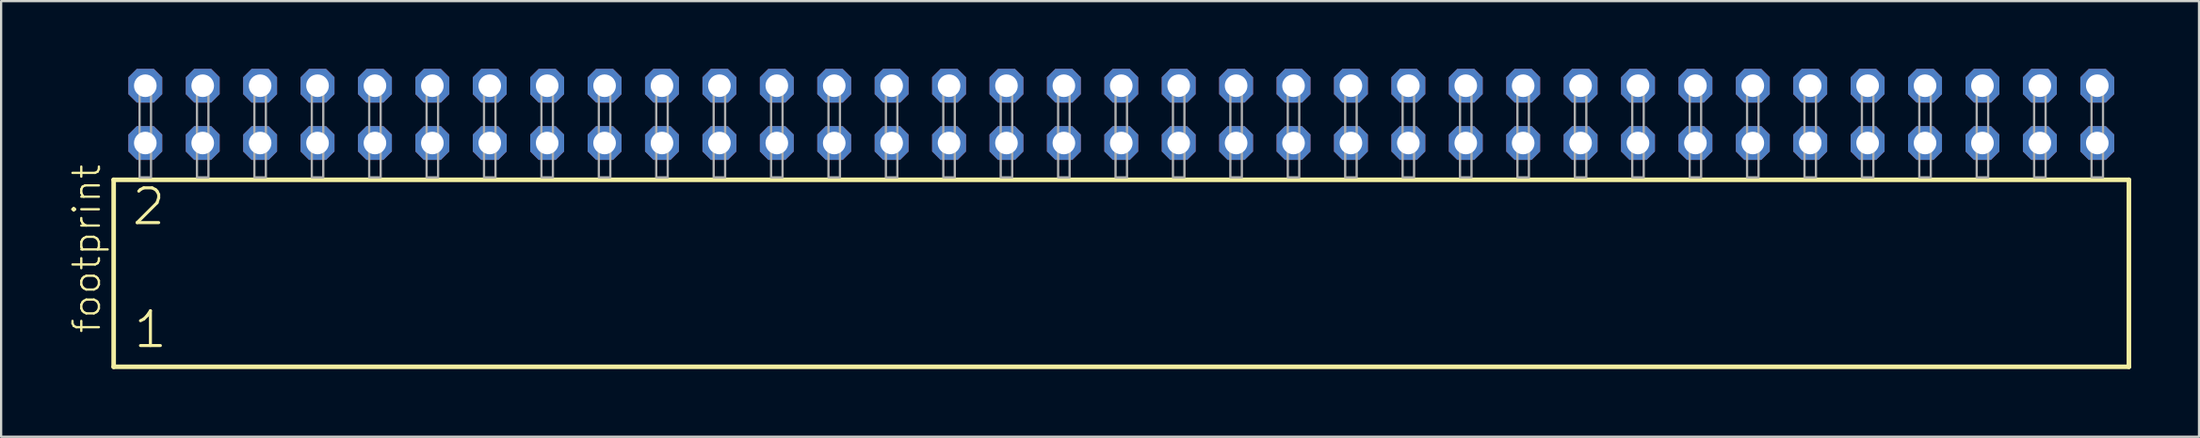
<source format=kicad_pcb>
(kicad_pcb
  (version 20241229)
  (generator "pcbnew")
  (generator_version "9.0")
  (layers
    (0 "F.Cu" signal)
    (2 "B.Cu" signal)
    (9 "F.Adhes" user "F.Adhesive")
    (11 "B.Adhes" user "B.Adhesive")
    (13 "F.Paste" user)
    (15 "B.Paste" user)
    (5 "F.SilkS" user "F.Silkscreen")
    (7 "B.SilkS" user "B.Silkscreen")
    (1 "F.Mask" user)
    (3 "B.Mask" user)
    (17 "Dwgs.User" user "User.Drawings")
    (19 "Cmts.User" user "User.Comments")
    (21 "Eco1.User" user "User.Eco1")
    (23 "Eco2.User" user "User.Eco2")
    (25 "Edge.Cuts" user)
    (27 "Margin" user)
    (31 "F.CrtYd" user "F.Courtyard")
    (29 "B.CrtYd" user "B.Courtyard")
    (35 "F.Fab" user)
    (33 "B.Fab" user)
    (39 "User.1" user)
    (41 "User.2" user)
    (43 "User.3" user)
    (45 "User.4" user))
  (footprint "footprint"
    (layer "F.Cu")
    (at 46.558 4.814)
    (property "Reference" "footprint" (at -45.085 6.985 90) (layer "F.SilkS") (effects (font (size 1.168 1.168) (thickness 0.102)) (justify left bottom)))
    (fp_line (start -44.579 0.106) (end -44.579 8.396) (stroke (width 0.203) (type solid)) (layer "F.SilkS"))
    (fp_line (start -44.579 8.396) (end 44.579 8.396) (stroke (width 0.203) (type solid)) (layer "F.SilkS"))
    (fp_line (start 44.579 0.106) (end -44.579 0.106) (stroke (width 0.203) (type solid)) (layer "F.SilkS"))
    (fp_line (start 44.579 8.396) (end 44.579 0.106) (stroke (width 0.203) (type solid)) (layer "F.SilkS"))
    (fp_poly (pts (xy -43.434 0) (xy -42.926 0) (xy -42.926 -4.318) (xy -43.434 -4.318)) (stroke (width 0.1) (type solid)) (fill no) (layer "F.Fab"))
    (fp_poly (pts (xy -40.894 0) (xy -40.386 0) (xy -40.386 -4.318) (xy -40.894 -4.318)) (stroke (width 0.1) (type solid)) (fill no) (layer "F.Fab"))
    (fp_poly (pts (xy -38.354 0) (xy -37.846 0) (xy -37.846 -4.318) (xy -38.354 -4.318)) (stroke (width 0.1) (type solid)) (fill no) (layer "F.Fab"))
    (fp_poly (pts (xy -35.814 0) (xy -35.306 0) (xy -35.306 -4.318) (xy -35.814 -4.318)) (stroke (width 0.1) (type solid)) (fill no) (layer "F.Fab"))
    (fp_poly (pts (xy -33.274 0) (xy -32.766 0) (xy -32.766 -4.318) (xy -33.274 -4.318)) (stroke (width 0.1) (type solid)) (fill no) (layer "F.Fab"))
    (fp_poly (pts (xy -30.734 0) (xy -30.226 0) (xy -30.226 -4.318) (xy -30.734 -4.318)) (stroke (width 0.1) (type solid)) (fill no) (layer "F.Fab"))
    (fp_poly (pts (xy -28.194 0) (xy -27.686 0) (xy -27.686 -4.318) (xy -28.194 -4.318)) (stroke (width 0.1) (type solid)) (fill no) (layer "F.Fab"))
    (fp_poly (pts (xy -25.654 0) (xy -25.146 0) (xy -25.146 -4.318) (xy -25.654 -4.318)) (stroke (width 0.1) (type solid)) (fill no) (layer "F.Fab"))
    (fp_poly (pts (xy -23.114 0) (xy -22.606 0) (xy -22.606 -4.318) (xy -23.114 -4.318)) (stroke (width 0.1) (type solid)) (fill no) (layer "F.Fab"))
    (fp_poly (pts (xy -20.574 0) (xy -20.066 0) (xy -20.066 -4.318) (xy -20.574 -4.318)) (stroke (width 0.1) (type solid)) (fill no) (layer "F.Fab"))
    (fp_poly (pts (xy -18.034 0) (xy -17.526 0) (xy -17.526 -4.318) (xy -18.034 -4.318)) (stroke (width 0.1) (type solid)) (fill no) (layer "F.Fab"))
    (fp_poly (pts (xy -15.494 0) (xy -14.986 0) (xy -14.986 -4.318) (xy -15.494 -4.318)) (stroke (width 0.1) (type solid)) (fill no) (layer "F.Fab"))
    (fp_poly (pts (xy -12.954 0) (xy -12.446 0) (xy -12.446 -4.318) (xy -12.954 -4.318)) (stroke (width 0.1) (type solid)) (fill no) (layer "F.Fab"))
    (fp_poly (pts (xy -10.414 0) (xy -9.906 0) (xy -9.906 -4.318) (xy -10.414 -4.318)) (stroke (width 0.1) (type solid)) (fill no) (layer "F.Fab"))
    (fp_poly (pts (xy -7.874 0) (xy -7.366 0) (xy -7.366 -4.318) (xy -7.874 -4.318)) (stroke (width 0.1) (type solid)) (fill no) (layer "F.Fab"))
    (fp_poly (pts (xy -5.334 0) (xy -4.826 0) (xy -4.826 -4.318) (xy -5.334 -4.318)) (stroke (width 0.1) (type solid)) (fill no) (layer "F.Fab"))
    (fp_poly (pts (xy -2.794 0) (xy -2.286 0) (xy -2.286 -4.318) (xy -2.794 -4.318)) (stroke (width 0.1) (type solid)) (fill no) (layer "F.Fab"))
    (fp_poly (pts (xy -0.254 0) (xy 0.254 0) (xy 0.254 -4.318) (xy -0.254 -4.318)) (stroke (width 0.1) (type solid)) (fill no) (layer "F.Fab"))
    (fp_poly (pts (xy 2.286 0) (xy 2.794 0) (xy 2.794 -4.318) (xy 2.286 -4.318)) (stroke (width 0.1) (type solid)) (fill no) (layer "F.Fab"))
    (fp_poly (pts (xy 4.826 0) (xy 5.334 0) (xy 5.334 -4.318) (xy 4.826 -4.318)) (stroke (width 0.1) (type solid)) (fill no) (layer "F.Fab"))
    (fp_poly (pts (xy 7.366 0) (xy 7.874 0) (xy 7.874 -4.318) (xy 7.366 -4.318)) (stroke (width 0.1) (type solid)) (fill no) (layer "F.Fab"))
    (fp_poly (pts (xy 9.906 0) (xy 10.414 0) (xy 10.414 -4.318) (xy 9.906 -4.318)) (stroke (width 0.1) (type solid)) (fill no) (layer "F.Fab"))
    (fp_poly (pts (xy 12.446 0) (xy 12.954 0) (xy 12.954 -4.318) (xy 12.446 -4.318)) (stroke (width 0.1) (type solid)) (fill no) (layer "F.Fab"))
    (fp_poly (pts (xy 14.986 0) (xy 15.494 0) (xy 15.494 -4.318) (xy 14.986 -4.318)) (stroke (width 0.1) (type solid)) (fill no) (layer "F.Fab"))
    (fp_poly (pts (xy 17.526 0) (xy 18.034 0) (xy 18.034 -4.318) (xy 17.526 -4.318)) (stroke (width 0.1) (type solid)) (fill no) (layer "F.Fab"))
    (fp_poly (pts (xy 20.066 0) (xy 20.574 0) (xy 20.574 -4.318) (xy 20.066 -4.318)) (stroke (width 0.1) (type solid)) (fill no) (layer "F.Fab"))
    (fp_poly (pts (xy 22.606 0) (xy 23.114 0) (xy 23.114 -4.318) (xy 22.606 -4.318)) (stroke (width 0.1) (type solid)) (fill no) (layer "F.Fab"))
    (fp_poly (pts (xy 25.146 0) (xy 25.654 0) (xy 25.654 -4.318) (xy 25.146 -4.318)) (stroke (width 0.1) (type solid)) (fill no) (layer "F.Fab"))
    (fp_poly (pts (xy 27.686 0) (xy 28.194 0) (xy 28.194 -4.318) (xy 27.686 -4.318)) (stroke (width 0.1) (type solid)) (fill no) (layer "F.Fab"))
    (fp_poly (pts (xy 30.226 0) (xy 30.734 0) (xy 30.734 -4.318) (xy 30.226 -4.318)) (stroke (width 0.1) (type solid)) (fill no) (layer "F.Fab"))
    (fp_poly (pts (xy 32.766 0) (xy 33.274 0) (xy 33.274 -4.318) (xy 32.766 -4.318)) (stroke (width 0.1) (type solid)) (fill no) (layer "F.Fab"))
    (fp_poly (pts (xy 35.306 0) (xy 35.814 0) (xy 35.814 -4.318) (xy 35.306 -4.318)) (stroke (width 0.1) (type solid)) (fill no) (layer "F.Fab"))
    (fp_poly (pts (xy 37.846 0) (xy 38.354 0) (xy 38.354 -4.318) (xy 37.846 -4.318)) (stroke (width 0.1) (type solid)) (fill no) (layer "F.Fab"))
    (fp_poly (pts (xy 40.386 0) (xy 40.894 0) (xy 40.894 -4.318) (xy 40.386 -4.318)) (stroke (width 0.1) (type solid)) (fill no) (layer "F.Fab"))
    (fp_poly (pts (xy 42.926 0) (xy 43.434 0) (xy 43.434 -4.318) (xy 42.926 -4.318)) (stroke (width 0.1) (type solid)) (fill no) (layer "F.Fab"))
    (fp_text user "2" (at -43.85 2.2 0) (layer "F.SilkS") (effects (font (size 1.542 1.542) (thickness 0.134)) (justify left bottom)))
    (fp_text user "1" (at -43.775 7.65 0) (layer "F.SilkS") (effects (font (size 1.542 1.542) (thickness 0.134)) (justify left bottom)))
    (pad "1" thru_hole roundrect (at -43.18 -1.524) (size 1.5 1.5) (drill 1) (layers "*.Cu" "*.Mask") (roundrect_rratio 0.25) (chamfer_ratio 0.25) (chamfer top_left top_right bottom_left bottom_right))
    (pad "2" thru_hole roundrect (at -43.18 -4.064) (size 1.5 1.5) (drill 1) (layers "*.Cu" "*.Mask") (roundrect_rratio 0.25) (chamfer_ratio 0.25) (chamfer top_left top_right bottom_left bottom_right))
    (pad "3" thru_hole roundrect (at -40.64 -1.524) (size 1.5 1.5) (drill 1) (layers "*.Cu" "*.Mask") (roundrect_rratio 0.25) (chamfer_ratio 0.25) (chamfer top_left top_right bottom_left bottom_right))
    (pad "4" thru_hole roundrect (at -40.64 -4.064) (size 1.5 1.5) (drill 1) (layers "*.Cu" "*.Mask") (roundrect_rratio 0.25) (chamfer_ratio 0.25) (chamfer top_left top_right bottom_left bottom_right))
    (pad "5" thru_hole roundrect (at -38.1 -1.524) (size 1.5 1.5) (drill 1) (layers "*.Cu" "*.Mask") (roundrect_rratio 0.25) (chamfer_ratio 0.25) (chamfer top_left top_right bottom_left bottom_right))
    (pad "6" thru_hole roundrect (at -38.1 -4.064) (size 1.5 1.5) (drill 1) (layers "*.Cu" "*.Mask") (roundrect_rratio 0.25) (chamfer_ratio 0.25) (chamfer top_left top_right bottom_left bottom_right))
    (pad "7" thru_hole roundrect (at -35.56 -1.524) (size 1.5 1.5) (drill 1) (layers "*.Cu" "*.Mask") (roundrect_rratio 0.25) (chamfer_ratio 0.25) (chamfer top_left top_right bottom_left bottom_right))
    (pad "8" thru_hole roundrect (at -35.56 -4.064) (size 1.5 1.5) (drill 1) (layers "*.Cu" "*.Mask") (roundrect_rratio 0.25) (chamfer_ratio 0.25) (chamfer top_left top_right bottom_left bottom_right))
    (pad "9" thru_hole roundrect (at -33.02 -1.524) (size 1.5 1.5) (drill 1) (layers "*.Cu" "*.Mask") (roundrect_rratio 0.25) (chamfer_ratio 0.25) (chamfer top_left top_right bottom_left bottom_right))
    (pad "10" thru_hole roundrect (at -33.02 -4.064) (size 1.5 1.5) (drill 1) (layers "*.Cu" "*.Mask") (roundrect_rratio 0.25) (chamfer_ratio 0.25) (chamfer top_left top_right bottom_left bottom_right))
    (pad "11" thru_hole roundrect (at -30.48 -1.524) (size 1.5 1.5) (drill 1) (layers "*.Cu" "*.Mask") (roundrect_rratio 0.25) (chamfer_ratio 0.25) (chamfer top_left top_right bottom_left bottom_right))
    (pad "12" thru_hole roundrect (at -30.48 -4.064) (size 1.5 1.5) (drill 1) (layers "*.Cu" "*.Mask") (roundrect_rratio 0.25) (chamfer_ratio 0.25) (chamfer top_left top_right bottom_left bottom_right))
    (pad "13" thru_hole roundrect (at -27.94 -1.524) (size 1.5 1.5) (drill 1) (layers "*.Cu" "*.Mask") (roundrect_rratio 0.25) (chamfer_ratio 0.25) (chamfer top_left top_right bottom_left bottom_right))
    (pad "14" thru_hole roundrect (at -27.94 -4.064) (size 1.5 1.5) (drill 1) (layers "*.Cu" "*.Mask") (roundrect_rratio 0.25) (chamfer_ratio 0.25) (chamfer top_left top_right bottom_left bottom_right))
    (pad "15" thru_hole roundrect (at -25.4 -1.524) (size 1.5 1.5) (drill 1) (layers "*.Cu" "*.Mask") (roundrect_rratio 0.25) (chamfer_ratio 0.25) (chamfer top_left top_right bottom_left bottom_right))
    (pad "16" thru_hole roundrect (at -25.4 -4.064) (size 1.5 1.5) (drill 1) (layers "*.Cu" "*.Mask") (roundrect_rratio 0.25) (chamfer_ratio 0.25) (chamfer top_left top_right bottom_left bottom_right))
    (pad "17" thru_hole roundrect (at -22.86 -1.524) (size 1.5 1.5) (drill 1) (layers "*.Cu" "*.Mask") (roundrect_rratio 0.25) (chamfer_ratio 0.25) (chamfer top_left top_right bottom_left bottom_right))
    (pad "18" thru_hole roundrect (at -22.86 -4.064) (size 1.5 1.5) (drill 1) (layers "*.Cu" "*.Mask") (roundrect_rratio 0.25) (chamfer_ratio 0.25) (chamfer top_left top_right bottom_left bottom_right))
    (pad "19" thru_hole roundrect (at -20.32 -1.524) (size 1.5 1.5) (drill 1) (layers "*.Cu" "*.Mask") (roundrect_rratio 0.25) (chamfer_ratio 0.25) (chamfer top_left top_right bottom_left bottom_right))
    (pad "20" thru_hole roundrect (at -20.32 -4.064) (size 1.5 1.5) (drill 1) (layers "*.Cu" "*.Mask") (roundrect_rratio 0.25) (chamfer_ratio 0.25) (chamfer top_left top_right bottom_left bottom_right))
    (pad "21" thru_hole roundrect (at -17.78 -1.524) (size 1.5 1.5) (drill 1) (layers "*.Cu" "*.Mask") (roundrect_rratio 0.25) (chamfer_ratio 0.25) (chamfer top_left top_right bottom_left bottom_right))
    (pad "22" thru_hole roundrect (at -17.78 -4.064) (size 1.5 1.5) (drill 1) (layers "*.Cu" "*.Mask") (roundrect_rratio 0.25) (chamfer_ratio 0.25) (chamfer top_left top_right bottom_left bottom_right))
    (pad "23" thru_hole roundrect (at -15.24 -1.524) (size 1.5 1.5) (drill 1) (layers "*.Cu" "*.Mask") (roundrect_rratio 0.25) (chamfer_ratio 0.25) (chamfer top_left top_right bottom_left bottom_right))
    (pad "24" thru_hole roundrect (at -15.24 -4.064) (size 1.5 1.5) (drill 1) (layers "*.Cu" "*.Mask") (roundrect_rratio 0.25) (chamfer_ratio 0.25) (chamfer top_left top_right bottom_left bottom_right))
    (pad "25" thru_hole roundrect (at -12.7 -1.524) (size 1.5 1.5) (drill 1) (layers "*.Cu" "*.Mask") (roundrect_rratio 0.25) (chamfer_ratio 0.25) (chamfer top_left top_right bottom_left bottom_right))
    (pad "26" thru_hole roundrect (at -12.7 -4.064) (size 1.5 1.5) (drill 1) (layers "*.Cu" "*.Mask") (roundrect_rratio 0.25) (chamfer_ratio 0.25) (chamfer top_left top_right bottom_left bottom_right))
    (pad "27" thru_hole roundrect (at -10.16 -1.524) (size 1.5 1.5) (drill 1) (layers "*.Cu" "*.Mask") (roundrect_rratio 0.25) (chamfer_ratio 0.25) (chamfer top_left top_right bottom_left bottom_right))
    (pad "28" thru_hole roundrect (at -10.16 -4.064) (size 1.5 1.5) (drill 1) (layers "*.Cu" "*.Mask") (roundrect_rratio 0.25) (chamfer_ratio 0.25) (chamfer top_left top_right bottom_left bottom_right))
    (pad "29" thru_hole roundrect (at -7.62 -1.524) (size 1.5 1.5) (drill 1) (layers "*.Cu" "*.Mask") (roundrect_rratio 0.25) (chamfer_ratio 0.25) (chamfer top_left top_right bottom_left bottom_right))
    (pad "30" thru_hole roundrect (at -7.62 -4.064) (size 1.5 1.5) (drill 1) (layers "*.Cu" "*.Mask") (roundrect_rratio 0.25) (chamfer_ratio 0.25) (chamfer top_left top_right bottom_left bottom_right))
    (pad "31" thru_hole roundrect (at -5.08 -1.524) (size 1.5 1.5) (drill 1) (layers "*.Cu" "*.Mask") (roundrect_rratio 0.25) (chamfer_ratio 0.25) (chamfer top_left top_right bottom_left bottom_right))
    (pad "32" thru_hole roundrect (at -5.08 -4.064) (size 1.5 1.5) (drill 1) (layers "*.Cu" "*.Mask") (roundrect_rratio 0.25) (chamfer_ratio 0.25) (chamfer top_left top_right bottom_left bottom_right))
    (pad "33" thru_hole roundrect (at -2.54 -1.524) (size 1.5 1.5) (drill 1) (layers "*.Cu" "*.Mask") (roundrect_rratio 0.25) (chamfer_ratio 0.25) (chamfer top_left top_right bottom_left bottom_right))
    (pad "34" thru_hole roundrect (at -2.54 -4.064) (size 1.5 1.5) (drill 1) (layers "*.Cu" "*.Mask") (roundrect_rratio 0.25) (chamfer_ratio 0.25) (chamfer top_left top_right bottom_left bottom_right))
    (pad "35" thru_hole roundrect (at 0 -1.524) (size 1.5 1.5) (drill 1) (layers "*.Cu" "*.Mask") (roundrect_rratio 0.25) (chamfer_ratio 0.25) (chamfer top_left top_right bottom_left bottom_right))
    (pad "36" thru_hole roundrect (at 0 -4.064) (size 1.5 1.5) (drill 1) (layers "*.Cu" "*.Mask") (roundrect_rratio 0.25) (chamfer_ratio 0.25) (chamfer top_left top_right bottom_left bottom_right))
    (pad "37" thru_hole roundrect (at 2.54 -1.524) (size 1.5 1.5) (drill 1) (layers "*.Cu" "*.Mask") (roundrect_rratio 0.25) (chamfer_ratio 0.25) (chamfer top_left top_right bottom_left bottom_right))
    (pad "38" thru_hole roundrect (at 2.54 -4.064) (size 1.5 1.5) (drill 1) (layers "*.Cu" "*.Mask") (roundrect_rratio 0.25) (chamfer_ratio 0.25) (chamfer top_left top_right bottom_left bottom_right))
    (pad "39" thru_hole roundrect (at 5.08 -1.524) (size 1.5 1.5) (drill 1) (layers "*.Cu" "*.Mask") (roundrect_rratio 0.25) (chamfer_ratio 0.25) (chamfer top_left top_right bottom_left bottom_right))
    (pad "40" thru_hole roundrect (at 5.08 -4.064) (size 1.5 1.5) (drill 1) (layers "*.Cu" "*.Mask") (roundrect_rratio 0.25) (chamfer_ratio 0.25) (chamfer top_left top_right bottom_left bottom_right))
    (pad "41" thru_hole roundrect (at 7.62 -1.524) (size 1.5 1.5) (drill 1) (layers "*.Cu" "*.Mask") (roundrect_rratio 0.25) (chamfer_ratio 0.25) (chamfer top_left top_right bottom_left bottom_right))
    (pad "42" thru_hole roundrect (at 7.62 -4.064) (size 1.5 1.5) (drill 1) (layers "*.Cu" "*.Mask") (roundrect_rratio 0.25) (chamfer_ratio 0.25) (chamfer top_left top_right bottom_left bottom_right))
    (pad "43" thru_hole roundrect (at 10.16 -1.524) (size 1.5 1.5) (drill 1) (layers "*.Cu" "*.Mask") (roundrect_rratio 0.25) (chamfer_ratio 0.25) (chamfer top_left top_right bottom_left bottom_right))
    (pad "44" thru_hole roundrect (at 10.16 -4.064) (size 1.5 1.5) (drill 1) (layers "*.Cu" "*.Mask") (roundrect_rratio 0.25) (chamfer_ratio 0.25) (chamfer top_left top_right bottom_left bottom_right))
    (pad "45" thru_hole roundrect (at 12.7 -1.524) (size 1.5 1.5) (drill 1) (layers "*.Cu" "*.Mask") (roundrect_rratio 0.25) (chamfer_ratio 0.25) (chamfer top_left top_right bottom_left bottom_right))
    (pad "46" thru_hole roundrect (at 12.7 -4.064) (size 1.5 1.5) (drill 1) (layers "*.Cu" "*.Mask") (roundrect_rratio 0.25) (chamfer_ratio 0.25) (chamfer top_left top_right bottom_left bottom_right))
    (pad "47" thru_hole roundrect (at 15.24 -1.524) (size 1.5 1.5) (drill 1) (layers "*.Cu" "*.Mask") (roundrect_rratio 0.25) (chamfer_ratio 0.25) (chamfer top_left top_right bottom_left bottom_right))
    (pad "48" thru_hole roundrect (at 15.24 -4.064) (size 1.5 1.5) (drill 1) (layers "*.Cu" "*.Mask") (roundrect_rratio 0.25) (chamfer_ratio 0.25) (chamfer top_left top_right bottom_left bottom_right))
    (pad "49" thru_hole roundrect (at 17.78 -1.524) (size 1.5 1.5) (drill 1) (layers "*.Cu" "*.Mask") (roundrect_rratio 0.25) (chamfer_ratio 0.25) (chamfer top_left top_right bottom_left bottom_right))
    (pad "50" thru_hole roundrect (at 17.78 -4.064) (size 1.5 1.5) (drill 1) (layers "*.Cu" "*.Mask") (roundrect_rratio 0.25) (chamfer_ratio 0.25) (chamfer top_left top_right bottom_left bottom_right))
    (pad "51" thru_hole roundrect (at 20.32 -1.524) (size 1.5 1.5) (drill 1) (layers "*.Cu" "*.Mask") (roundrect_rratio 0.25) (chamfer_ratio 0.25) (chamfer top_left top_right bottom_left bottom_right))
    (pad "52" thru_hole roundrect (at 20.32 -4.064) (size 1.5 1.5) (drill 1) (layers "*.Cu" "*.Mask") (roundrect_rratio 0.25) (chamfer_ratio 0.25) (chamfer top_left top_right bottom_left bottom_right))
    (pad "53" thru_hole roundrect (at 22.86 -1.524) (size 1.5 1.5) (drill 1) (layers "*.Cu" "*.Mask") (roundrect_rratio 0.25) (chamfer_ratio 0.25) (chamfer top_left top_right bottom_left bottom_right))
    (pad "54" thru_hole roundrect (at 22.86 -4.064) (size 1.5 1.5) (drill 1) (layers "*.Cu" "*.Mask") (roundrect_rratio 0.25) (chamfer_ratio 0.25) (chamfer top_left top_right bottom_left bottom_right))
    (pad "55" thru_hole roundrect (at 25.4 -1.524) (size 1.5 1.5) (drill 1) (layers "*.Cu" "*.Mask") (roundrect_rratio 0.25) (chamfer_ratio 0.25) (chamfer top_left top_right bottom_left bottom_right))
    (pad "56" thru_hole roundrect (at 25.4 -4.064) (size 1.5 1.5) (drill 1) (layers "*.Cu" "*.Mask") (roundrect_rratio 0.25) (chamfer_ratio 0.25) (chamfer top_left top_right bottom_left bottom_right))
    (pad "57" thru_hole roundrect (at 27.94 -1.524) (size 1.5 1.5) (drill 1) (layers "*.Cu" "*.Mask") (roundrect_rratio 0.25) (chamfer_ratio 0.25) (chamfer top_left top_right bottom_left bottom_right))
    (pad "58" thru_hole roundrect (at 27.94 -4.064) (size 1.5 1.5) (drill 1) (layers "*.Cu" "*.Mask") (roundrect_rratio 0.25) (chamfer_ratio 0.25) (chamfer top_left top_right bottom_left bottom_right))
    (pad "59" thru_hole roundrect (at 30.48 -1.524) (size 1.5 1.5) (drill 1) (layers "*.Cu" "*.Mask") (roundrect_rratio 0.25) (chamfer_ratio 0.25) (chamfer top_left top_right bottom_left bottom_right))
    (pad "60" thru_hole roundrect (at 30.48 -4.064) (size 1.5 1.5) (drill 1) (layers "*.Cu" "*.Mask") (roundrect_rratio 0.25) (chamfer_ratio 0.25) (chamfer top_left top_right bottom_left bottom_right))
    (pad "61" thru_hole roundrect (at 33.02 -1.524) (size 1.5 1.5) (drill 1) (layers "*.Cu" "*.Mask") (roundrect_rratio 0.25) (chamfer_ratio 0.25) (chamfer top_left top_right bottom_left bottom_right))
    (pad "62" thru_hole roundrect (at 33.02 -4.064) (size 1.5 1.5) (drill 1) (layers "*.Cu" "*.Mask") (roundrect_rratio 0.25) (chamfer_ratio 0.25) (chamfer top_left top_right bottom_left bottom_right))
    (pad "63" thru_hole roundrect (at 35.56 -1.524) (size 1.5 1.5) (drill 1) (layers "*.Cu" "*.Mask") (roundrect_rratio 0.25) (chamfer_ratio 0.25) (chamfer top_left top_right bottom_left bottom_right))
    (pad "64" thru_hole roundrect (at 35.56 -4.064) (size 1.5 1.5) (drill 1) (layers "*.Cu" "*.Mask") (roundrect_rratio 0.25) (chamfer_ratio 0.25) (chamfer top_left top_right bottom_left bottom_right))
    (pad "65" thru_hole roundrect (at 38.1 -1.524) (size 1.5 1.5) (drill 1) (layers "*.Cu" "*.Mask") (roundrect_rratio 0.25) (chamfer_ratio 0.25) (chamfer top_left top_right bottom_left bottom_right))
    (pad "66" thru_hole roundrect (at 38.1 -4.064) (size 1.5 1.5) (drill 1) (layers "*.Cu" "*.Mask") (roundrect_rratio 0.25) (chamfer_ratio 0.25) (chamfer top_left top_right bottom_left bottom_right))
    (pad "67" thru_hole roundrect (at 40.64 -1.524) (size 1.5 1.5) (drill 1) (layers "*.Cu" "*.Mask") (roundrect_rratio 0.25) (chamfer_ratio 0.25) (chamfer top_left top_right bottom_left bottom_right))
    (pad "68" thru_hole roundrect (at 40.64 -4.064) (size 1.5 1.5) (drill 1) (layers "*.Cu" "*.Mask") (roundrect_rratio 0.25) (chamfer_ratio 0.25) (chamfer top_left top_right bottom_left bottom_right))
    (pad "69" thru_hole roundrect (at 43.18 -1.524) (size 1.5 1.5) (drill 1) (layers "*.Cu" "*.Mask") (roundrect_rratio 0.25) (chamfer_ratio 0.25) (chamfer top_left top_right bottom_left bottom_right))
    (pad "70" thru_hole roundrect (at 43.18 -4.064) (size 1.5 1.5) (drill 1) (layers "*.Cu" "*.Mask") (roundrect_rratio 0.25) (chamfer_ratio 0.25) (chamfer top_left top_right bottom_left bottom_right)))
  (gr_rect
    (start -3 -3)
    (end 94.239 16.312)
    (stroke (width 0.1) (type default))
    (fill no)
    (layer "Edge.Cuts")))
</source>
